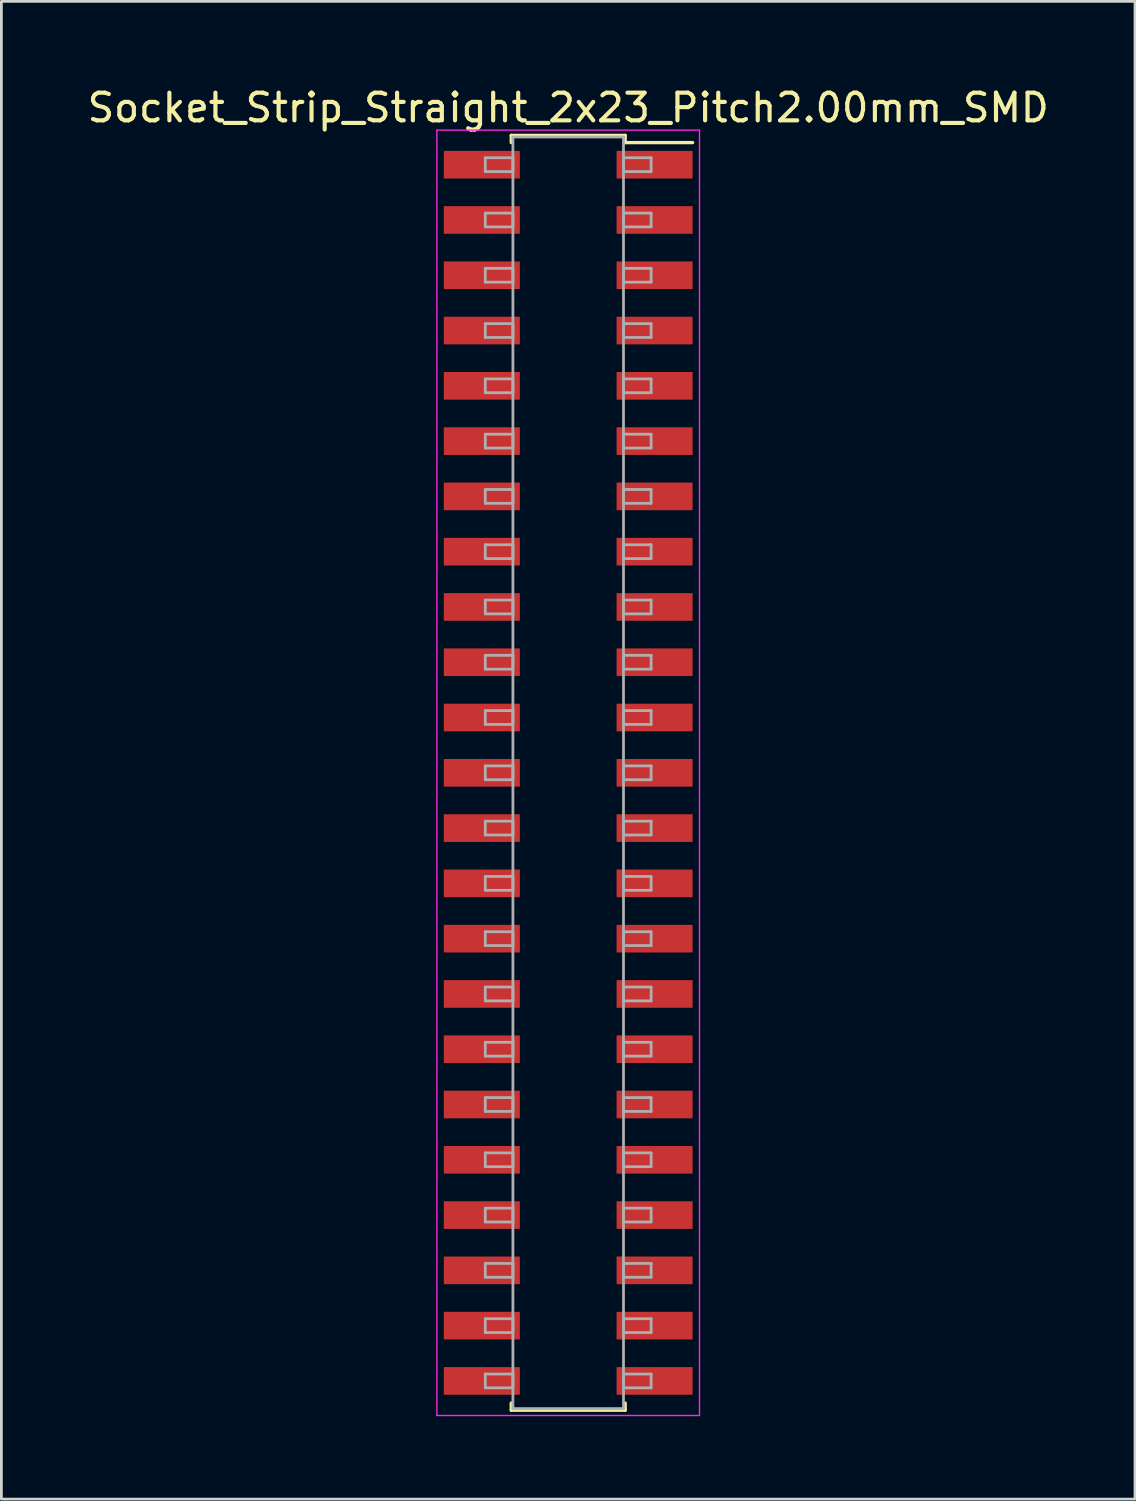
<source format=kicad_pcb>
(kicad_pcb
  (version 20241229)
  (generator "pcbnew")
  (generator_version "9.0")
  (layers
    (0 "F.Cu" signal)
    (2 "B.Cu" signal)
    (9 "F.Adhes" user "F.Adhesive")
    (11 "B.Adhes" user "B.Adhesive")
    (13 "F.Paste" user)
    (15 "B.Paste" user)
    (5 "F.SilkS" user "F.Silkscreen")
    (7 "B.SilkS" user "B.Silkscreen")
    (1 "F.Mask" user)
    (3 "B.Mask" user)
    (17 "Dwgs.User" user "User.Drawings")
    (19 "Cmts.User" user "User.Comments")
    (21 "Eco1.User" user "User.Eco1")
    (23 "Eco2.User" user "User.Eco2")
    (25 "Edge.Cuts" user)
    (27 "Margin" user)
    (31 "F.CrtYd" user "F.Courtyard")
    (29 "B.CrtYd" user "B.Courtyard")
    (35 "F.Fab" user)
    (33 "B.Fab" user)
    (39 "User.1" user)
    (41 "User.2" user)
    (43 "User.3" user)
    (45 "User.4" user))
  (footprint "Socket_Strip_Straight_2x23_Pitch2.00mm_SMD"
    (layer "F.Cu")
    (at 17.506 24.908)
    (property "Reference" "Socket_Strip_Straight_2x23_Pitch2.00mm_SMD" (at 0 -24.06 0) (layer "F.SilkS") (effects (font (size 1 1) (thickness 0.15))))
    (attr smd)
    (fp_line (start -2.06 -23.06) (end 2.06 -23.06) (stroke (width 0.12) (type solid)) (layer "F.SilkS"))
    (fp_line (start -2.06 -22.8) (end -2.06 -23.06) (stroke (width 0.12) (type solid)) (layer "F.SilkS"))
    (fp_line (start -2.06 22.8) (end -2.06 23.06) (stroke (width 0.12) (type solid)) (layer "F.SilkS"))
    (fp_line (start -2.06 23.06) (end 2.06 23.06) (stroke (width 0.12) (type solid)) (layer "F.SilkS"))
    (fp_line (start 2.06 -23.06) (end 2.06 -22.8) (stroke (width 0.12) (type solid)) (layer "F.SilkS"))
    (fp_line (start 2.06 23.06) (end 2.06 22.8) (stroke (width 0.12) (type solid)) (layer "F.SilkS"))
    (fp_line (start 4.5 -22.8) (end 2.06 -22.8) (stroke (width 0.12) (type solid)) (layer "F.SilkS"))
    (fp_line (start -4.75 -23.25) (end -4.75 23.25) (stroke (width 0.05) (type solid)) (layer "F.CrtYd"))
    (fp_line (start -4.75 23.25) (end 4.75 23.25) (stroke (width 0.05) (type solid)) (layer "F.CrtYd"))
    (fp_line (start 4.75 -23.25) (end -4.75 -23.25) (stroke (width 0.05) (type solid)) (layer "F.CrtYd"))
    (fp_line (start 4.75 23.25) (end 4.75 -23.25) (stroke (width 0.05) (type solid)) (layer "F.CrtYd"))
    (fp_line (start -3 -22.25) (end -2 -22.25) (stroke (width 0.1) (type solid)) (layer "F.Fab"))
    (fp_line (start -3 -21.75) (end -3 -22.25) (stroke (width 0.1) (type solid)) (layer "F.Fab"))
    (fp_line (start -3 -20.25) (end -2 -20.25) (stroke (width 0.1) (type solid)) (layer "F.Fab"))
    (fp_line (start -3 -19.75) (end -3 -20.25) (stroke (width 0.1) (type solid)) (layer "F.Fab"))
    (fp_line (start -3 -18.25) (end -2 -18.25) (stroke (width 0.1) (type solid)) (layer "F.Fab"))
    (fp_line (start -3 -17.75) (end -3 -18.25) (stroke (width 0.1) (type solid)) (layer "F.Fab"))
    (fp_line (start -3 -16.25) (end -2 -16.25) (stroke (width 0.1) (type solid)) (layer "F.Fab"))
    (fp_line (start -3 -15.75) (end -3 -16.25) (stroke (width 0.1) (type solid)) (layer "F.Fab"))
    (fp_line (start -3 -14.25) (end -2 -14.25) (stroke (width 0.1) (type solid)) (layer "F.Fab"))
    (fp_line (start -3 -13.75) (end -3 -14.25) (stroke (width 0.1) (type solid)) (layer "F.Fab"))
    (fp_line (start -3 -12.25) (end -2 -12.25) (stroke (width 0.1) (type solid)) (layer "F.Fab"))
    (fp_line (start -3 -11.75) (end -3 -12.25) (stroke (width 0.1) (type solid)) (layer "F.Fab"))
    (fp_line (start -3 -10.25) (end -2 -10.25) (stroke (width 0.1) (type solid)) (layer "F.Fab"))
    (fp_line (start -3 -9.75) (end -3 -10.25) (stroke (width 0.1) (type solid)) (layer "F.Fab"))
    (fp_line (start -3 -8.25) (end -2 -8.25) (stroke (width 0.1) (type solid)) (layer "F.Fab"))
    (fp_line (start -3 -7.75) (end -3 -8.25) (stroke (width 0.1) (type solid)) (layer "F.Fab"))
    (fp_line (start -3 -6.25) (end -2 -6.25) (stroke (width 0.1) (type solid)) (layer "F.Fab"))
    (fp_line (start -3 -5.75) (end -3 -6.25) (stroke (width 0.1) (type solid)) (layer "F.Fab"))
    (fp_line (start -3 -4.25) (end -2 -4.25) (stroke (width 0.1) (type solid)) (layer "F.Fab"))
    (fp_line (start -3 -3.75) (end -3 -4.25) (stroke (width 0.1) (type solid)) (layer "F.Fab"))
    (fp_line (start -3 -2.25) (end -2 -2.25) (stroke (width 0.1) (type solid)) (layer "F.Fab"))
    (fp_line (start -3 -1.75) (end -3 -2.25) (stroke (width 0.1) (type solid)) (layer "F.Fab"))
    (fp_line (start -3 -0.25) (end -2 -0.25) (stroke (width 0.1) (type solid)) (layer "F.Fab"))
    (fp_line (start -3 0.25) (end -3 -0.25) (stroke (width 0.1) (type solid)) (layer "F.Fab"))
    (fp_line (start -3 1.75) (end -2 1.75) (stroke (width 0.1) (type solid)) (layer "F.Fab"))
    (fp_line (start -3 2.25) (end -3 1.75) (stroke (width 0.1) (type solid)) (layer "F.Fab"))
    (fp_line (start -3 3.75) (end -2 3.75) (stroke (width 0.1) (type solid)) (layer "F.Fab"))
    (fp_line (start -3 4.25) (end -3 3.75) (stroke (width 0.1) (type solid)) (layer "F.Fab"))
    (fp_line (start -3 5.75) (end -2 5.75) (stroke (width 0.1) (type solid)) (layer "F.Fab"))
    (fp_line (start -3 6.25) (end -3 5.75) (stroke (width 0.1) (type solid)) (layer "F.Fab"))
    (fp_line (start -3 7.75) (end -2 7.75) (stroke (width 0.1) (type solid)) (layer "F.Fab"))
    (fp_line (start -3 8.25) (end -3 7.75) (stroke (width 0.1) (type solid)) (layer "F.Fab"))
    (fp_line (start -3 9.75) (end -2 9.75) (stroke (width 0.1) (type solid)) (layer "F.Fab"))
    (fp_line (start -3 10.25) (end -3 9.75) (stroke (width 0.1) (type solid)) (layer "F.Fab"))
    (fp_line (start -3 11.75) (end -2 11.75) (stroke (width 0.1) (type solid)) (layer "F.Fab"))
    (fp_line (start -3 12.25) (end -3 11.75) (stroke (width 0.1) (type solid)) (layer "F.Fab"))
    (fp_line (start -3 13.75) (end -2 13.75) (stroke (width 0.1) (type solid)) (layer "F.Fab"))
    (fp_line (start -3 14.25) (end -3 13.75) (stroke (width 0.1) (type solid)) (layer "F.Fab"))
    (fp_line (start -3 15.75) (end -2 15.75) (stroke (width 0.1) (type solid)) (layer "F.Fab"))
    (fp_line (start -3 16.25) (end -3 15.75) (stroke (width 0.1) (type solid)) (layer "F.Fab"))
    (fp_line (start -3 17.75) (end -2 17.75) (stroke (width 0.1) (type solid)) (layer "F.Fab"))
    (fp_line (start -3 18.25) (end -3 17.75) (stroke (width 0.1) (type solid)) (layer "F.Fab"))
    (fp_line (start -3 19.75) (end -2 19.75) (stroke (width 0.1) (type solid)) (layer "F.Fab"))
    (fp_line (start -3 20.25) (end -3 19.75) (stroke (width 0.1) (type solid)) (layer "F.Fab"))
    (fp_line (start -3 21.75) (end -2 21.75) (stroke (width 0.1) (type solid)) (layer "F.Fab"))
    (fp_line (start -3 22.25) (end -3 21.75) (stroke (width 0.1) (type solid)) (layer "F.Fab"))
    (fp_line (start -2 -23) (end -2 23) (stroke (width 0.1) (type solid)) (layer "F.Fab"))
    (fp_line (start -2 -22.25) (end -2 -21.75) (stroke (width 0.1) (type solid)) (layer "F.Fab"))
    (fp_line (start -2 -21.75) (end -3 -21.75) (stroke (width 0.1) (type solid)) (layer "F.Fab"))
    (fp_line (start -2 -20.25) (end -2 -19.75) (stroke (width 0.1) (type solid)) (layer "F.Fab"))
    (fp_line (start -2 -19.75) (end -3 -19.75) (stroke (width 0.1) (type solid)) (layer "F.Fab"))
    (fp_line (start -2 -18.25) (end -2 -17.75) (stroke (width 0.1) (type solid)) (layer "F.Fab"))
    (fp_line (start -2 -17.75) (end -3 -17.75) (stroke (width 0.1) (type solid)) (layer "F.Fab"))
    (fp_line (start -2 -16.25) (end -2 -15.75) (stroke (width 0.1) (type solid)) (layer "F.Fab"))
    (fp_line (start -2 -15.75) (end -3 -15.75) (stroke (width 0.1) (type solid)) (layer "F.Fab"))
    (fp_line (start -2 -14.25) (end -2 -13.75) (stroke (width 0.1) (type solid)) (layer "F.Fab"))
    (fp_line (start -2 -13.75) (end -3 -13.75) (stroke (width 0.1) (type solid)) (layer "F.Fab"))
    (fp_line (start -2 -12.25) (end -2 -11.75) (stroke (width 0.1) (type solid)) (layer "F.Fab"))
    (fp_line (start -2 -11.75) (end -3 -11.75) (stroke (width 0.1) (type solid)) (layer "F.Fab"))
    (fp_line (start -2 -10.25) (end -2 -9.75) (stroke (width 0.1) (type solid)) (layer "F.Fab"))
    (fp_line (start -2 -9.75) (end -3 -9.75) (stroke (width 0.1) (type solid)) (layer "F.Fab"))
    (fp_line (start -2 -8.25) (end -2 -7.75) (stroke (width 0.1) (type solid)) (layer "F.Fab"))
    (fp_line (start -2 -7.75) (end -3 -7.75) (stroke (width 0.1) (type solid)) (layer "F.Fab"))
    (fp_line (start -2 -6.25) (end -2 -5.75) (stroke (width 0.1) (type solid)) (layer "F.Fab"))
    (fp_line (start -2 -5.75) (end -3 -5.75) (stroke (width 0.1) (type solid)) (layer "F.Fab"))
    (fp_line (start -2 -4.25) (end -2 -3.75) (stroke (width 0.1) (type solid)) (layer "F.Fab"))
    (fp_line (start -2 -3.75) (end -3 -3.75) (stroke (width 0.1) (type solid)) (layer "F.Fab"))
    (fp_line (start -2 -2.25) (end -2 -1.75) (stroke (width 0.1) (type solid)) (layer "F.Fab"))
    (fp_line (start -2 -1.75) (end -3 -1.75) (stroke (width 0.1) (type solid)) (layer "F.Fab"))
    (fp_line (start -2 -0.25) (end -2 0.25) (stroke (width 0.1) (type solid)) (layer "F.Fab"))
    (fp_line (start -2 0.25) (end -3 0.25) (stroke (width 0.1) (type solid)) (layer "F.Fab"))
    (fp_line (start -2 1.75) (end -2 2.25) (stroke (width 0.1) (type solid)) (layer "F.Fab"))
    (fp_line (start -2 2.25) (end -3 2.25) (stroke (width 0.1) (type solid)) (layer "F.Fab"))
    (fp_line (start -2 3.75) (end -2 4.25) (stroke (width 0.1) (type solid)) (layer "F.Fab"))
    (fp_line (start -2 4.25) (end -3 4.25) (stroke (width 0.1) (type solid)) (layer "F.Fab"))
    (fp_line (start -2 5.75) (end -2 6.25) (stroke (width 0.1) (type solid)) (layer "F.Fab"))
    (fp_line (start -2 6.25) (end -3 6.25) (stroke (width 0.1) (type solid)) (layer "F.Fab"))
    (fp_line (start -2 7.75) (end -2 8.25) (stroke (width 0.1) (type solid)) (layer "F.Fab"))
    (fp_line (start -2 8.25) (end -3 8.25) (stroke (width 0.1) (type solid)) (layer "F.Fab"))
    (fp_line (start -2 9.75) (end -2 10.25) (stroke (width 0.1) (type solid)) (layer "F.Fab"))
    (fp_line (start -2 10.25) (end -3 10.25) (stroke (width 0.1) (type solid)) (layer "F.Fab"))
    (fp_line (start -2 11.75) (end -2 12.25) (stroke (width 0.1) (type solid)) (layer "F.Fab"))
    (fp_line (start -2 12.25) (end -3 12.25) (stroke (width 0.1) (type solid)) (layer "F.Fab"))
    (fp_line (start -2 13.75) (end -2 14.25) (stroke (width 0.1) (type solid)) (layer "F.Fab"))
    (fp_line (start -2 14.25) (end -3 14.25) (stroke (width 0.1) (type solid)) (layer "F.Fab"))
    (fp_line (start -2 15.75) (end -2 16.25) (stroke (width 0.1) (type solid)) (layer "F.Fab"))
    (fp_line (start -2 16.25) (end -3 16.25) (stroke (width 0.1) (type solid)) (layer "F.Fab"))
    (fp_line (start -2 17.75) (end -2 18.25) (stroke (width 0.1) (type solid)) (layer "F.Fab"))
    (fp_line (start -2 18.25) (end -3 18.25) (stroke (width 0.1) (type solid)) (layer "F.Fab"))
    (fp_line (start -2 19.75) (end -2 20.25) (stroke (width 0.1) (type solid)) (layer "F.Fab"))
    (fp_line (start -2 20.25) (end -3 20.25) (stroke (width 0.1) (type solid)) (layer "F.Fab"))
    (fp_line (start -2 21.75) (end -2 22.25) (stroke (width 0.1) (type solid)) (layer "F.Fab"))
    (fp_line (start -2 22.25) (end -3 22.25) (stroke (width 0.1) (type solid)) (layer "F.Fab"))
    (fp_line (start -2 23) (end 2 23) (stroke (width 0.1) (type solid)) (layer "F.Fab"))
    (fp_line (start 2 -23) (end -2 -23) (stroke (width 0.1) (type solid)) (layer "F.Fab"))
    (fp_line (start 2 -22.25) (end 2 -21.75) (stroke (width 0.1) (type solid)) (layer "F.Fab"))
    (fp_line (start 2 -21.75) (end 3 -21.75) (stroke (width 0.1) (type solid)) (layer "F.Fab"))
    (fp_line (start 2 -20.25) (end 2 -19.75) (stroke (width 0.1) (type solid)) (layer "F.Fab"))
    (fp_line (start 2 -19.75) (end 3 -19.75) (stroke (width 0.1) (type solid)) (layer "F.Fab"))
    (fp_line (start 2 -18.25) (end 2 -17.75) (stroke (width 0.1) (type solid)) (layer "F.Fab"))
    (fp_line (start 2 -17.75) (end 3 -17.75) (stroke (width 0.1) (type solid)) (layer "F.Fab"))
    (fp_line (start 2 -16.25) (end 2 -15.75) (stroke (width 0.1) (type solid)) (layer "F.Fab"))
    (fp_line (start 2 -15.75) (end 3 -15.75) (stroke (width 0.1) (type solid)) (layer "F.Fab"))
    (fp_line (start 2 -14.25) (end 2 -13.75) (stroke (width 0.1) (type solid)) (layer "F.Fab"))
    (fp_line (start 2 -13.75) (end 3 -13.75) (stroke (width 0.1) (type solid)) (layer "F.Fab"))
    (fp_line (start 2 -12.25) (end 2 -11.75) (stroke (width 0.1) (type solid)) (layer "F.Fab"))
    (fp_line (start 2 -11.75) (end 3 -11.75) (stroke (width 0.1) (type solid)) (layer "F.Fab"))
    (fp_line (start 2 -10.25) (end 2 -9.75) (stroke (width 0.1) (type solid)) (layer "F.Fab"))
    (fp_line (start 2 -9.75) (end 3 -9.75) (stroke (width 0.1) (type solid)) (layer "F.Fab"))
    (fp_line (start 2 -8.25) (end 2 -7.75) (stroke (width 0.1) (type solid)) (layer "F.Fab"))
    (fp_line (start 2 -7.75) (end 3 -7.75) (stroke (width 0.1) (type solid)) (layer "F.Fab"))
    (fp_line (start 2 -6.25) (end 2 -5.75) (stroke (width 0.1) (type solid)) (layer "F.Fab"))
    (fp_line (start 2 -5.75) (end 3 -5.75) (stroke (width 0.1) (type solid)) (layer "F.Fab"))
    (fp_line (start 2 -4.25) (end 2 -3.75) (stroke (width 0.1) (type solid)) (layer "F.Fab"))
    (fp_line (start 2 -3.75) (end 3 -3.75) (stroke (width 0.1) (type solid)) (layer "F.Fab"))
    (fp_line (start 2 -2.25) (end 2 -1.75) (stroke (width 0.1) (type solid)) (layer "F.Fab"))
    (fp_line (start 2 -1.75) (end 3 -1.75) (stroke (width 0.1) (type solid)) (layer "F.Fab"))
    (fp_line (start 2 -0.25) (end 2 0.25) (stroke (width 0.1) (type solid)) (layer "F.Fab"))
    (fp_line (start 2 0.25) (end 3 0.25) (stroke (width 0.1) (type solid)) (layer "F.Fab"))
    (fp_line (start 2 1.75) (end 2 2.25) (stroke (width 0.1) (type solid)) (layer "F.Fab"))
    (fp_line (start 2 2.25) (end 3 2.25) (stroke (width 0.1) (type solid)) (layer "F.Fab"))
    (fp_line (start 2 3.75) (end 2 4.25) (stroke (width 0.1) (type solid)) (layer "F.Fab"))
    (fp_line (start 2 4.25) (end 3 4.25) (stroke (width 0.1) (type solid)) (layer "F.Fab"))
    (fp_line (start 2 5.75) (end 2 6.25) (stroke (width 0.1) (type solid)) (layer "F.Fab"))
    (fp_line (start 2 6.25) (end 3 6.25) (stroke (width 0.1) (type solid)) (layer "F.Fab"))
    (fp_line (start 2 7.75) (end 2 8.25) (stroke (width 0.1) (type solid)) (layer "F.Fab"))
    (fp_line (start 2 8.25) (end 3 8.25) (stroke (width 0.1) (type solid)) (layer "F.Fab"))
    (fp_line (start 2 9.75) (end 2 10.25) (stroke (width 0.1) (type solid)) (layer "F.Fab"))
    (fp_line (start 2 10.25) (end 3 10.25) (stroke (width 0.1) (type solid)) (layer "F.Fab"))
    (fp_line (start 2 11.75) (end 2 12.25) (stroke (width 0.1) (type solid)) (layer "F.Fab"))
    (fp_line (start 2 12.25) (end 3 12.25) (stroke (width 0.1) (type solid)) (layer "F.Fab"))
    (fp_line (start 2 13.75) (end 2 14.25) (stroke (width 0.1) (type solid)) (layer "F.Fab"))
    (fp_line (start 2 14.25) (end 3 14.25) (stroke (width 0.1) (type solid)) (layer "F.Fab"))
    (fp_line (start 2 15.75) (end 2 16.25) (stroke (width 0.1) (type solid)) (layer "F.Fab"))
    (fp_line (start 2 16.25) (end 3 16.25) (stroke (width 0.1) (type solid)) (layer "F.Fab"))
    (fp_line (start 2 17.75) (end 2 18.25) (stroke (width 0.1) (type solid)) (layer "F.Fab"))
    (fp_line (start 2 18.25) (end 3 18.25) (stroke (width 0.1) (type solid)) (layer "F.Fab"))
    (fp_line (start 2 19.75) (end 2 20.25) (stroke (width 0.1) (type solid)) (layer "F.Fab"))
    (fp_line (start 2 20.25) (end 3 20.25) (stroke (width 0.1) (type solid)) (layer "F.Fab"))
    (fp_line (start 2 21.75) (end 2 22.25) (stroke (width 0.1) (type solid)) (layer "F.Fab"))
    (fp_line (start 2 22.25) (end 3 22.25) (stroke (width 0.1) (type solid)) (layer "F.Fab"))
    (fp_line (start 2 23) (end 2 -23) (stroke (width 0.1) (type solid)) (layer "F.Fab"))
    (fp_line (start 3 -22.25) (end 2 -22.25) (stroke (width 0.1) (type solid)) (layer "F.Fab"))
    (fp_line (start 3 -21.75) (end 3 -22.25) (stroke (width 0.1) (type solid)) (layer "F.Fab"))
    (fp_line (start 3 -20.25) (end 2 -20.25) (stroke (width 0.1) (type solid)) (layer "F.Fab"))
    (fp_line (start 3 -19.75) (end 3 -20.25) (stroke (width 0.1) (type solid)) (layer "F.Fab"))
    (fp_line (start 3 -18.25) (end 2 -18.25) (stroke (width 0.1) (type solid)) (layer "F.Fab"))
    (fp_line (start 3 -17.75) (end 3 -18.25) (stroke (width 0.1) (type solid)) (layer "F.Fab"))
    (fp_line (start 3 -16.25) (end 2 -16.25) (stroke (width 0.1) (type solid)) (layer "F.Fab"))
    (fp_line (start 3 -15.75) (end 3 -16.25) (stroke (width 0.1) (type solid)) (layer "F.Fab"))
    (fp_line (start 3 -14.25) (end 2 -14.25) (stroke (width 0.1) (type solid)) (layer "F.Fab"))
    (fp_line (start 3 -13.75) (end 3 -14.25) (stroke (width 0.1) (type solid)) (layer "F.Fab"))
    (fp_line (start 3 -12.25) (end 2 -12.25) (stroke (width 0.1) (type solid)) (layer "F.Fab"))
    (fp_line (start 3 -11.75) (end 3 -12.25) (stroke (width 0.1) (type solid)) (layer "F.Fab"))
    (fp_line (start 3 -10.25) (end 2 -10.25) (stroke (width 0.1) (type solid)) (layer "F.Fab"))
    (fp_line (start 3 -9.75) (end 3 -10.25) (stroke (width 0.1) (type solid)) (layer "F.Fab"))
    (fp_line (start 3 -8.25) (end 2 -8.25) (stroke (width 0.1) (type solid)) (layer "F.Fab"))
    (fp_line (start 3 -7.75) (end 3 -8.25) (stroke (width 0.1) (type solid)) (layer "F.Fab"))
    (fp_line (start 3 -6.25) (end 2 -6.25) (stroke (width 0.1) (type solid)) (layer "F.Fab"))
    (fp_line (start 3 -5.75) (end 3 -6.25) (stroke (width 0.1) (type solid)) (layer "F.Fab"))
    (fp_line (start 3 -4.25) (end 2 -4.25) (stroke (width 0.1) (type solid)) (layer "F.Fab"))
    (fp_line (start 3 -3.75) (end 3 -4.25) (stroke (width 0.1) (type solid)) (layer "F.Fab"))
    (fp_line (start 3 -2.25) (end 2 -2.25) (stroke (width 0.1) (type solid)) (layer "F.Fab"))
    (fp_line (start 3 -1.75) (end 3 -2.25) (stroke (width 0.1) (type solid)) (layer "F.Fab"))
    (fp_line (start 3 -0.25) (end 2 -0.25) (stroke (width 0.1) (type solid)) (layer "F.Fab"))
    (fp_line (start 3 0.25) (end 3 -0.25) (stroke (width 0.1) (type solid)) (layer "F.Fab"))
    (fp_line (start 3 1.75) (end 2 1.75) (stroke (width 0.1) (type solid)) (layer "F.Fab"))
    (fp_line (start 3 2.25) (end 3 1.75) (stroke (width 0.1) (type solid)) (layer "F.Fab"))
    (fp_line (start 3 3.75) (end 2 3.75) (stroke (width 0.1) (type solid)) (layer "F.Fab"))
    (fp_line (start 3 4.25) (end 3 3.75) (stroke (width 0.1) (type solid)) (layer "F.Fab"))
    (fp_line (start 3 5.75) (end 2 5.75) (stroke (width 0.1) (type solid)) (layer "F.Fab"))
    (fp_line (start 3 6.25) (end 3 5.75) (stroke (width 0.1) (type solid)) (layer "F.Fab"))
    (fp_line (start 3 7.75) (end 2 7.75) (stroke (width 0.1) (type solid)) (layer "F.Fab"))
    (fp_line (start 3 8.25) (end 3 7.75) (stroke (width 0.1) (type solid)) (layer "F.Fab"))
    (fp_line (start 3 9.75) (end 2 9.75) (stroke (width 0.1) (type solid)) (layer "F.Fab"))
    (fp_line (start 3 10.25) (end 3 9.75) (stroke (width 0.1) (type solid)) (layer "F.Fab"))
    (fp_line (start 3 11.75) (end 2 11.75) (stroke (width 0.1) (type solid)) (layer "F.Fab"))
    (fp_line (start 3 12.25) (end 3 11.75) (stroke (width 0.1) (type solid)) (layer "F.Fab"))
    (fp_line (start 3 13.75) (end 2 13.75) (stroke (width 0.1) (type solid)) (layer "F.Fab"))
    (fp_line (start 3 14.25) (end 3 13.75) (stroke (width 0.1) (type solid)) (layer "F.Fab"))
    (fp_line (start 3 15.75) (end 2 15.75) (stroke (width 0.1) (type solid)) (layer "F.Fab"))
    (fp_line (start 3 16.25) (end 3 15.75) (stroke (width 0.1) (type solid)) (layer "F.Fab"))
    (fp_line (start 3 17.75) (end 2 17.75) (stroke (width 0.1) (type solid)) (layer "F.Fab"))
    (fp_line (start 3 18.25) (end 3 17.75) (stroke (width 0.1) (type solid)) (layer "F.Fab"))
    (fp_line (start 3 19.75) (end 2 19.75) (stroke (width 0.1) (type solid)) (layer "F.Fab"))
    (fp_line (start 3 20.25) (end 3 19.75) (stroke (width 0.1) (type solid)) (layer "F.Fab"))
    (fp_line (start 3 21.75) (end 2 21.75) (stroke (width 0.1) (type solid)) (layer "F.Fab"))
    (fp_line (start 3 22.25) (end 3 21.75) (stroke (width 0.1) (type solid)) (layer "F.Fab"))
    (pad "1" smd rect (at 3.125 -22) (size 2.75 1) (layers "F.Cu" "F.Mask"))
    (pad "2" smd rect (at -3.125 -22) (size 2.75 1) (layers "F.Cu" "F.Mask"))
    (pad "3" smd rect (at 3.125 -20) (size 2.75 1) (layers "F.Cu" "F.Mask"))
    (pad "4" smd rect (at -3.125 -20) (size 2.75 1) (layers "F.Cu" "F.Mask"))
    (pad "5" smd rect (at 3.125 -18) (size 2.75 1) (layers "F.Cu" "F.Mask"))
    (pad "6" smd rect (at -3.125 -18) (size 2.75 1) (layers "F.Cu" "F.Mask"))
    (pad "7" smd rect (at 3.125 -16) (size 2.75 1) (layers "F.Cu" "F.Mask"))
    (pad "8" smd rect (at -3.125 -16) (size 2.75 1) (layers "F.Cu" "F.Mask"))
    (pad "9" smd rect (at 3.125 -14) (size 2.75 1) (layers "F.Cu" "F.Mask"))
    (pad "10" smd rect (at -3.125 -14) (size 2.75 1) (layers "F.Cu" "F.Mask"))
    (pad "11" smd rect (at 3.125 -12) (size 2.75 1) (layers "F.Cu" "F.Mask"))
    (pad "12" smd rect (at -3.125 -12) (size 2.75 1) (layers "F.Cu" "F.Mask"))
    (pad "13" smd rect (at 3.125 -10) (size 2.75 1) (layers "F.Cu" "F.Mask"))
    (pad "14" smd rect (at -3.125 -10) (size 2.75 1) (layers "F.Cu" "F.Mask"))
    (pad "15" smd rect (at 3.125 -8) (size 2.75 1) (layers "F.Cu" "F.Mask"))
    (pad "16" smd rect (at -3.125 -8) (size 2.75 1) (layers "F.Cu" "F.Mask"))
    (pad "17" smd rect (at 3.125 -6) (size 2.75 1) (layers "F.Cu" "F.Mask"))
    (pad "18" smd rect (at -3.125 -6) (size 2.75 1) (layers "F.Cu" "F.Mask"))
    (pad "19" smd rect (at 3.125 -4) (size 2.75 1) (layers "F.Cu" "F.Mask"))
    (pad "20" smd rect (at -3.125 -4) (size 2.75 1) (layers "F.Cu" "F.Mask"))
    (pad "21" smd rect (at 3.125 -2) (size 2.75 1) (layers "F.Cu" "F.Mask"))
    (pad "22" smd rect (at -3.125 -2) (size 2.75 1) (layers "F.Cu" "F.Mask"))
    (pad "23" smd rect (at 3.125 0) (size 2.75 1) (layers "F.Cu" "F.Mask"))
    (pad "24" smd rect (at -3.125 0) (size 2.75 1) (layers "F.Cu" "F.Mask"))
    (pad "25" smd rect (at 3.125 2) (size 2.75 1) (layers "F.Cu" "F.Mask"))
    (pad "26" smd rect (at -3.125 2) (size 2.75 1) (layers "F.Cu" "F.Mask"))
    (pad "27" smd rect (at 3.125 4) (size 2.75 1) (layers "F.Cu" "F.Mask"))
    (pad "28" smd rect (at -3.125 4) (size 2.75 1) (layers "F.Cu" "F.Mask"))
    (pad "29" smd rect (at 3.125 6) (size 2.75 1) (layers "F.Cu" "F.Mask"))
    (pad "30" smd rect (at -3.125 6) (size 2.75 1) (layers "F.Cu" "F.Mask"))
    (pad "31" smd rect (at 3.125 8) (size 2.75 1) (layers "F.Cu" "F.Mask"))
    (pad "32" smd rect (at -3.125 8) (size 2.75 1) (layers "F.Cu" "F.Mask"))
    (pad "33" smd rect (at 3.125 10) (size 2.75 1) (layers "F.Cu" "F.Mask"))
    (pad "34" smd rect (at -3.125 10) (size 2.75 1) (layers "F.Cu" "F.Mask"))
    (pad "35" smd rect (at 3.125 12) (size 2.75 1) (layers "F.Cu" "F.Mask"))
    (pad "36" smd rect (at -3.125 12) (size 2.75 1) (layers "F.Cu" "F.Mask"))
    (pad "37" smd rect (at 3.125 14) (size 2.75 1) (layers "F.Cu" "F.Mask"))
    (pad "38" smd rect (at -3.125 14) (size 2.75 1) (layers "F.Cu" "F.Mask"))
    (pad "39" smd rect (at 3.125 16) (size 2.75 1) (layers "F.Cu" "F.Mask"))
    (pad "40" smd rect (at -3.125 16) (size 2.75 1) (layers "F.Cu" "F.Mask"))
    (pad "41" smd rect (at 3.125 18) (size 2.75 1) (layers "F.Cu" "F.Mask"))
    (pad "42" smd rect (at -3.125 18) (size 2.75 1) (layers "F.Cu" "F.Mask"))
    (pad "43" smd rect (at 3.125 20) (size 2.75 1) (layers "F.Cu" "F.Mask"))
    (pad "44" smd rect (at -3.125 20) (size 2.75 1) (layers "F.Cu" "F.Mask"))
    (pad "45" smd rect (at 3.125 22) (size 2.75 1) (layers "F.Cu" "F.Mask"))
    (pad "46" smd rect (at -3.125 22) (size 2.75 1) (layers "F.Cu" "F.Mask")))
  (gr_rect
    (start -3 -3)
    (end 38.012 51.183)
    (stroke (width 0.1) (type default))
    (fill no)
    (layer "Edge.Cuts")))
</source>
